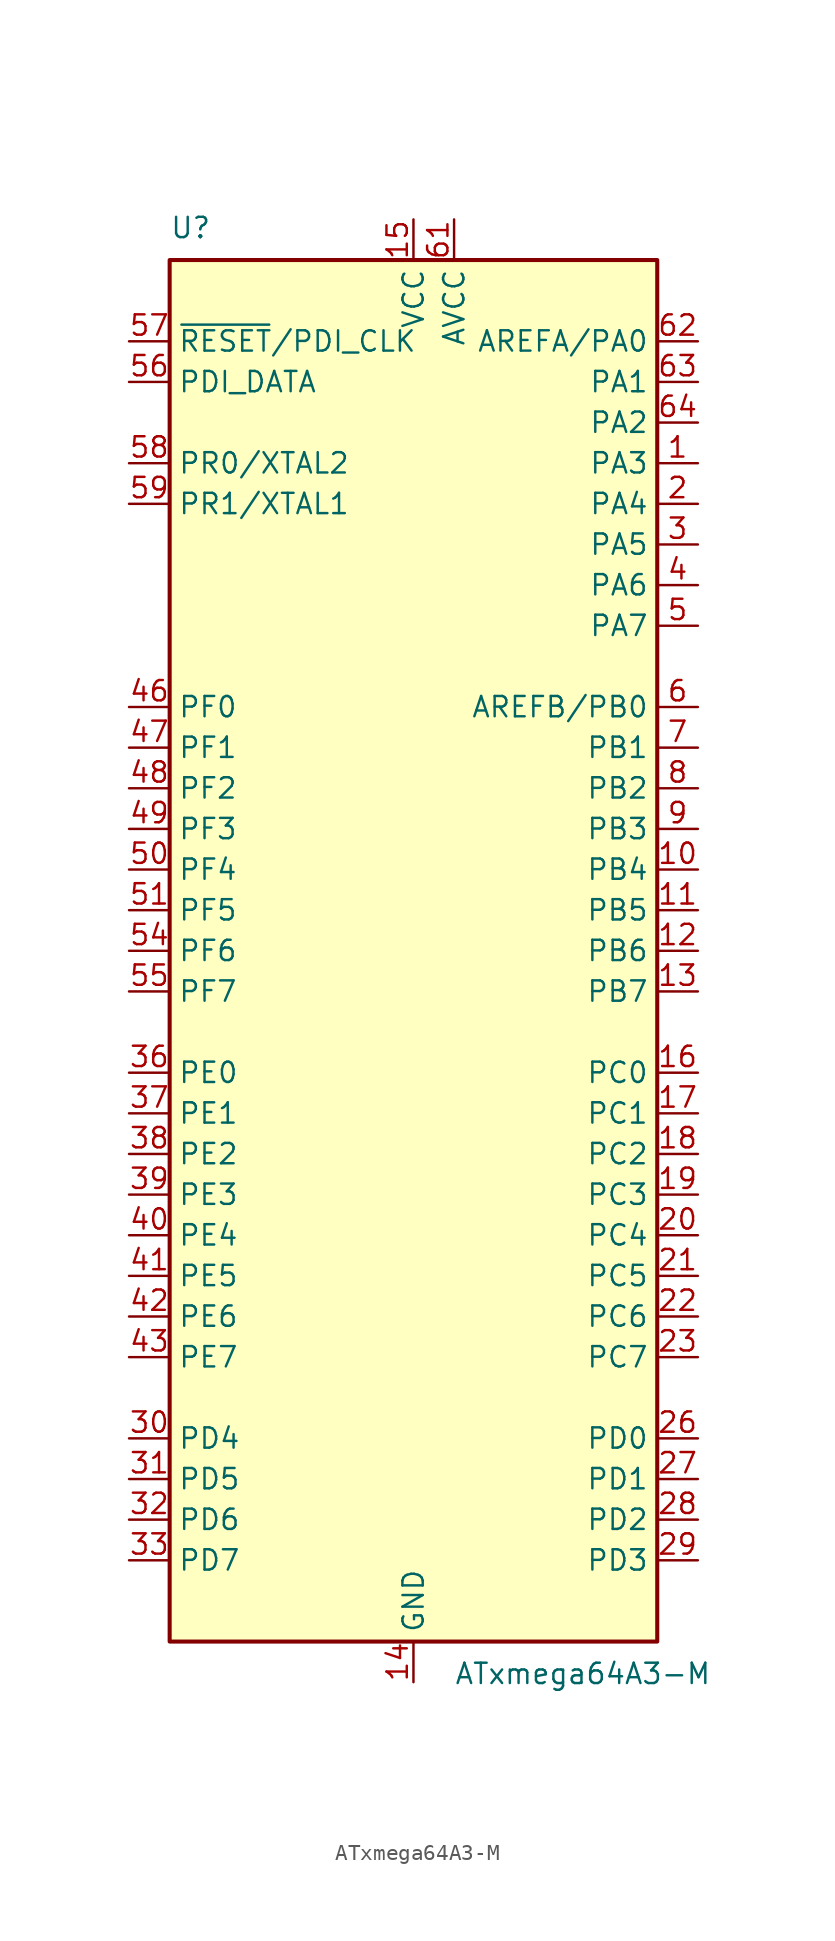
<source format=kicad_sym>
(kicad_symbol_lib
  (version 20211014)
  (generator kicad_symbol_editor)
  (symbol "ATxmega64A3-M"
    (property "Reference" "U"
      (at -15.24 44.45 0)
      (effects (font (size 1.27 1.27)) (justify left bottom)))
    (property "Value" "ATxmega64A3-M"
      (at 2.54 -44.45 0)
      (effects (font (size 1.27 1.27)) (justify left top)))
    (symbol "ATxmega64A3-M_0_1"
      (rectangle (start -15.24 -43.18) (end 15.24 43.18) (stroke (width 0.254) (type default) (color 0 0 0 0)) (fill (type background))))
    (symbol "ATxmega64A3-M_1_1"
      (pin bidirectional line (at 17.78 30.48 180) (length 2.54) (name "PA3" (effects (font (size 1.27 1.27)))) (number "1" (effects (font (size 1.27 1.27)))))
      (pin bidirectional line (at 17.78 5.08 180) (length 2.54) (name "PB4" (effects (font (size 1.27 1.27)))) (number "10" (effects (font (size 1.27 1.27)))))
      (pin bidirectional line (at 17.78 2.54 180) (length 2.54) (name "PB5" (effects (font (size 1.27 1.27)))) (number "11" (effects (font (size 1.27 1.27)))))
      (pin bidirectional line (at 17.78 0 180) (length 2.54) (name "PB6" (effects (font (size 1.27 1.27)))) (number "12" (effects (font (size 1.27 1.27)))))
      (pin bidirectional line (at 17.78 -2.54 180) (length 2.54) (name "PB7" (effects (font (size 1.27 1.27)))) (number "13" (effects (font (size 1.27 1.27)))))
      (pin power_in line (at 0 -45.72 90) (length 2.54) (name "GND" (effects (font (size 1.27 1.27)))) (number "14" (effects (font (size 1.27 1.27)))))
      (pin power_in line (at 0 45.72 270) (length 2.54) (name "VCC" (effects (font (size 1.27 1.27)))) (number "15" (effects (font (size 1.27 1.27)))))
      (pin bidirectional line (at 17.78 -7.62 180) (length 2.54) (name "PC0" (effects (font (size 1.27 1.27)))) (number "16" (effects (font (size 1.27 1.27)))))
      (pin bidirectional line (at 17.78 -10.16 180) (length 2.54) (name "PC1" (effects (font (size 1.27 1.27)))) (number "17" (effects (font (size 1.27 1.27)))))
      (pin bidirectional line (at 17.78 -12.7 180) (length 2.54) (name "PC2" (effects (font (size 1.27 1.27)))) (number "18" (effects (font (size 1.27 1.27)))))
      (pin bidirectional line (at 17.78 -15.24 180) (length 2.54) (name "PC3" (effects (font (size 1.27 1.27)))) (number "19" (effects (font (size 1.27 1.27)))))
      (pin bidirectional line (at 17.78 27.94 180) (length 2.54) (name "PA4" (effects (font (size 1.27 1.27)))) (number "2" (effects (font (size 1.27 1.27)))))
      (pin bidirectional line (at 17.78 -17.78 180) (length 2.54) (name "PC4" (effects (font (size 1.27 1.27)))) (number "20" (effects (font (size 1.27 1.27)))))
      (pin bidirectional line (at 17.78 -20.32 180) (length 2.54) (name "PC5" (effects (font (size 1.27 1.27)))) (number "21" (effects (font (size 1.27 1.27)))))
      (pin bidirectional line (at 17.78 -22.86 180) (length 2.54) (name "PC6" (effects (font (size 1.27 1.27)))) (number "22" (effects (font (size 1.27 1.27)))))
      (pin bidirectional line (at 17.78 -25.4 180) (length 2.54) (name "PC7" (effects (font (size 1.27 1.27)))) (number "23" (effects (font (size 1.27 1.27)))))
      (pin passive line (at 0 -45.72 90) (length 2.54) hide (name "GND" (effects (font (size 1.27 1.27)))) (number "24" (effects (font (size 1.27 1.27)))))
      (pin passive line (at 0 45.72 270) (length 2.54) hide (name "VCC" (effects (font (size 1.27 1.27)))) (number "25" (effects (font (size 1.27 1.27)))))
      (pin bidirectional line (at 17.78 -30.48 180) (length 2.54) (name "PD0" (effects (font (size 1.27 1.27)))) (number "26" (effects (font (size 1.27 1.27)))))
      (pin bidirectional line (at 17.78 -33.02 180) (length 2.54) (name "PD1" (effects (font (size 1.27 1.27)))) (number "27" (effects (font (size 1.27 1.27)))))
      (pin bidirectional line (at 17.78 -35.56 180) (length 2.54) (name "PD2" (effects (font (size 1.27 1.27)))) (number "28" (effects (font (size 1.27 1.27)))))
      (pin bidirectional line (at 17.78 -38.1 180) (length 2.54) (name "PD3" (effects (font (size 1.27 1.27)))) (number "29" (effects (font (size 1.27 1.27)))))
      (pin bidirectional line (at 17.78 25.4 180) (length 2.54) (name "PA5" (effects (font (size 1.27 1.27)))) (number "3" (effects (font (size 1.27 1.27)))))
      (pin bidirectional line (at -17.78 -30.48 0) (length 2.54) (name "PD4" (effects (font (size 1.27 1.27)))) (number "30" (effects (font (size 1.27 1.27)))))
      (pin bidirectional line (at -17.78 -33.02 0) (length 2.54) (name "PD5" (effects (font (size 1.27 1.27)))) (number "31" (effects (font (size 1.27 1.27)))))
      (pin bidirectional line (at -17.78 -35.56 0) (length 2.54) (name "PD6" (effects (font (size 1.27 1.27)))) (number "32" (effects (font (size 1.27 1.27)))))
      (pin bidirectional line (at -17.78 -38.1 0) (length 2.54) (name "PD7" (effects (font (size 1.27 1.27)))) (number "33" (effects (font (size 1.27 1.27)))))
      (pin passive line (at 0 -45.72 90) (length 2.54) hide (name "GND" (effects (font (size 1.27 1.27)))) (number "34" (effects (font (size 1.27 1.27)))))
      (pin passive line (at 0 45.72 270) (length 2.54) hide (name "VCC" (effects (font (size 1.27 1.27)))) (number "35" (effects (font (size 1.27 1.27)))))
      (pin bidirectional line (at -17.78 -7.62 0) (length 2.54) (name "PE0" (effects (font (size 1.27 1.27)))) (number "36" (effects (font (size 1.27 1.27)))))
      (pin bidirectional line (at -17.78 -10.16 0) (length 2.54) (name "PE1" (effects (font (size 1.27 1.27)))) (number "37" (effects (font (size 1.27 1.27)))))
      (pin bidirectional line (at -17.78 -12.7 0) (length 2.54) (name "PE2" (effects (font (size 1.27 1.27)))) (number "38" (effects (font (size 1.27 1.27)))))
      (pin bidirectional line (at -17.78 -15.24 0) (length 2.54) (name "PE3" (effects (font (size 1.27 1.27)))) (number "39" (effects (font (size 1.27 1.27)))))
      (pin bidirectional line (at 17.78 22.86 180) (length 2.54) (name "PA6" (effects (font (size 1.27 1.27)))) (number "4" (effects (font (size 1.27 1.27)))))
      (pin bidirectional line (at -17.78 -17.78 0) (length 2.54) (name "PE4" (effects (font (size 1.27 1.27)))) (number "40" (effects (font (size 1.27 1.27)))))
      (pin bidirectional line (at -17.78 -20.32 0) (length 2.54) (name "PE5" (effects (font (size 1.27 1.27)))) (number "41" (effects (font (size 1.27 1.27)))))
      (pin bidirectional line (at -17.78 -22.86 0) (length 2.54) (name "PE6" (effects (font (size 1.27 1.27)))) (number "42" (effects (font (size 1.27 1.27)))))
      (pin bidirectional line (at -17.78 -25.4 0) (length 2.54) (name "PE7" (effects (font (size 1.27 1.27)))) (number "43" (effects (font (size 1.27 1.27)))))
      (pin passive line (at 0 -45.72 90) (length 2.54) hide (name "GND" (effects (font (size 1.27 1.27)))) (number "44" (effects (font (size 1.27 1.27)))))
      (pin passive line (at 0 45.72 270) (length 2.54) hide (name "VCC" (effects (font (size 1.27 1.27)))) (number "45" (effects (font (size 1.27 1.27)))))
      (pin bidirectional line (at -17.78 15.24 0) (length 2.54) (name "PF0" (effects (font (size 1.27 1.27)))) (number "46" (effects (font (size 1.27 1.27)))))
      (pin bidirectional line (at -17.78 12.7 0) (length 2.54) (name "PF1" (effects (font (size 1.27 1.27)))) (number "47" (effects (font (size 1.27 1.27)))))
      (pin bidirectional line (at -17.78 10.16 0) (length 2.54) (name "PF2" (effects (font (size 1.27 1.27)))) (number "48" (effects (font (size 1.27 1.27)))))
      (pin bidirectional line (at -17.78 7.62 0) (length 2.54) (name "PF3" (effects (font (size 1.27 1.27)))) (number "49" (effects (font (size 1.27 1.27)))))
      (pin bidirectional line (at 17.78 20.32 180) (length 2.54) (name "PA7" (effects (font (size 1.27 1.27)))) (number "5" (effects (font (size 1.27 1.27)))))
      (pin bidirectional line (at -17.78 5.08 0) (length 2.54) (name "PF4" (effects (font (size 1.27 1.27)))) (number "50" (effects (font (size 1.27 1.27)))))
      (pin bidirectional line (at -17.78 2.54 0) (length 2.54) (name "PF5" (effects (font (size 1.27 1.27)))) (number "51" (effects (font (size 1.27 1.27)))))
      (pin passive line (at 0 -45.72 90) (length 2.54) hide (name "GND" (effects (font (size 1.27 1.27)))) (number "52" (effects (font (size 1.27 1.27)))))
      (pin passive line (at 0 45.72 270) (length 2.54) hide (name "VCC" (effects (font (size 1.27 1.27)))) (number "53" (effects (font (size 1.27 1.27)))))
      (pin bidirectional line (at -17.78 0 0) (length 2.54) (name "PF6" (effects (font (size 1.27 1.27)))) (number "54" (effects (font (size 1.27 1.27)))))
      (pin bidirectional line (at -17.78 -2.54 0) (length 2.54) (name "PF7" (effects (font (size 1.27 1.27)))) (number "55" (effects (font (size 1.27 1.27)))))
      (pin bidirectional line (at -17.78 35.56 0) (length 2.54) (name "PDI_DATA" (effects (font (size 1.27 1.27)))) (number "56" (effects (font (size 1.27 1.27)))))
      (pin input line (at -17.78 38.1 0) (length 2.54) (name "~{RESET}/PDI_CLK" (effects (font (size 1.27 1.27)))) (number "57" (effects (font (size 1.27 1.27)))))
      (pin bidirectional line (at -17.78 30.48 0) (length 2.54) (name "PR0/XTAL2" (effects (font (size 1.27 1.27)))) (number "58" (effects (font (size 1.27 1.27)))))
      (pin bidirectional line (at -17.78 27.94 0) (length 2.54) (name "PR1/XTAL1" (effects (font (size 1.27 1.27)))) (number "59" (effects (font (size 1.27 1.27)))))
      (pin bidirectional line (at 17.78 15.24 180) (length 2.54) (name "AREFB/PB0" (effects (font (size 1.27 1.27)))) (number "6" (effects (font (size 1.27 1.27)))))
      (pin passive line (at 0 -45.72 90) (length 2.54) hide (name "GND" (effects (font (size 1.27 1.27)))) (number "60" (effects (font (size 1.27 1.27)))))
      (pin power_in line (at 2.54 45.72 270) (length 2.54) (name "AVCC" (effects (font (size 1.27 1.27)))) (number "61" (effects (font (size 1.27 1.27)))))
      (pin bidirectional line (at 17.78 38.1 180) (length 2.54) (name "AREFA/PA0" (effects (font (size 1.27 1.27)))) (number "62" (effects (font (size 1.27 1.27)))))
      (pin bidirectional line (at 17.78 35.56 180) (length 2.54) (name "PA1" (effects (font (size 1.27 1.27)))) (number "63" (effects (font (size 1.27 1.27)))))
      (pin bidirectional line (at 17.78 33.02 180) (length 2.54) (name "PA2" (effects (font (size 1.27 1.27)))) (number "64" (effects (font (size 1.27 1.27)))))
      (pin passive line (at 0 -45.72 90) (length 2.54) hide (name "GND" (effects (font (size 1.27 1.27)))) (number "65" (effects (font (size 1.27 1.27)))))
      (pin bidirectional line (at 17.78 12.7 180) (length 2.54) (name "PB1" (effects (font (size 1.27 1.27)))) (number "7" (effects (font (size 1.27 1.27)))))
      (pin bidirectional line (at 17.78 10.16 180) (length 2.54) (name "PB2" (effects (font (size 1.27 1.27)))) (number "8" (effects (font (size 1.27 1.27)))))
      (pin bidirectional line (at 17.78 7.62 180) (length 2.54) (name "PB3" (effects (font (size 1.27 1.27)))) (number "9" (effects (font (size 1.27 1.27))))))))
</source>
